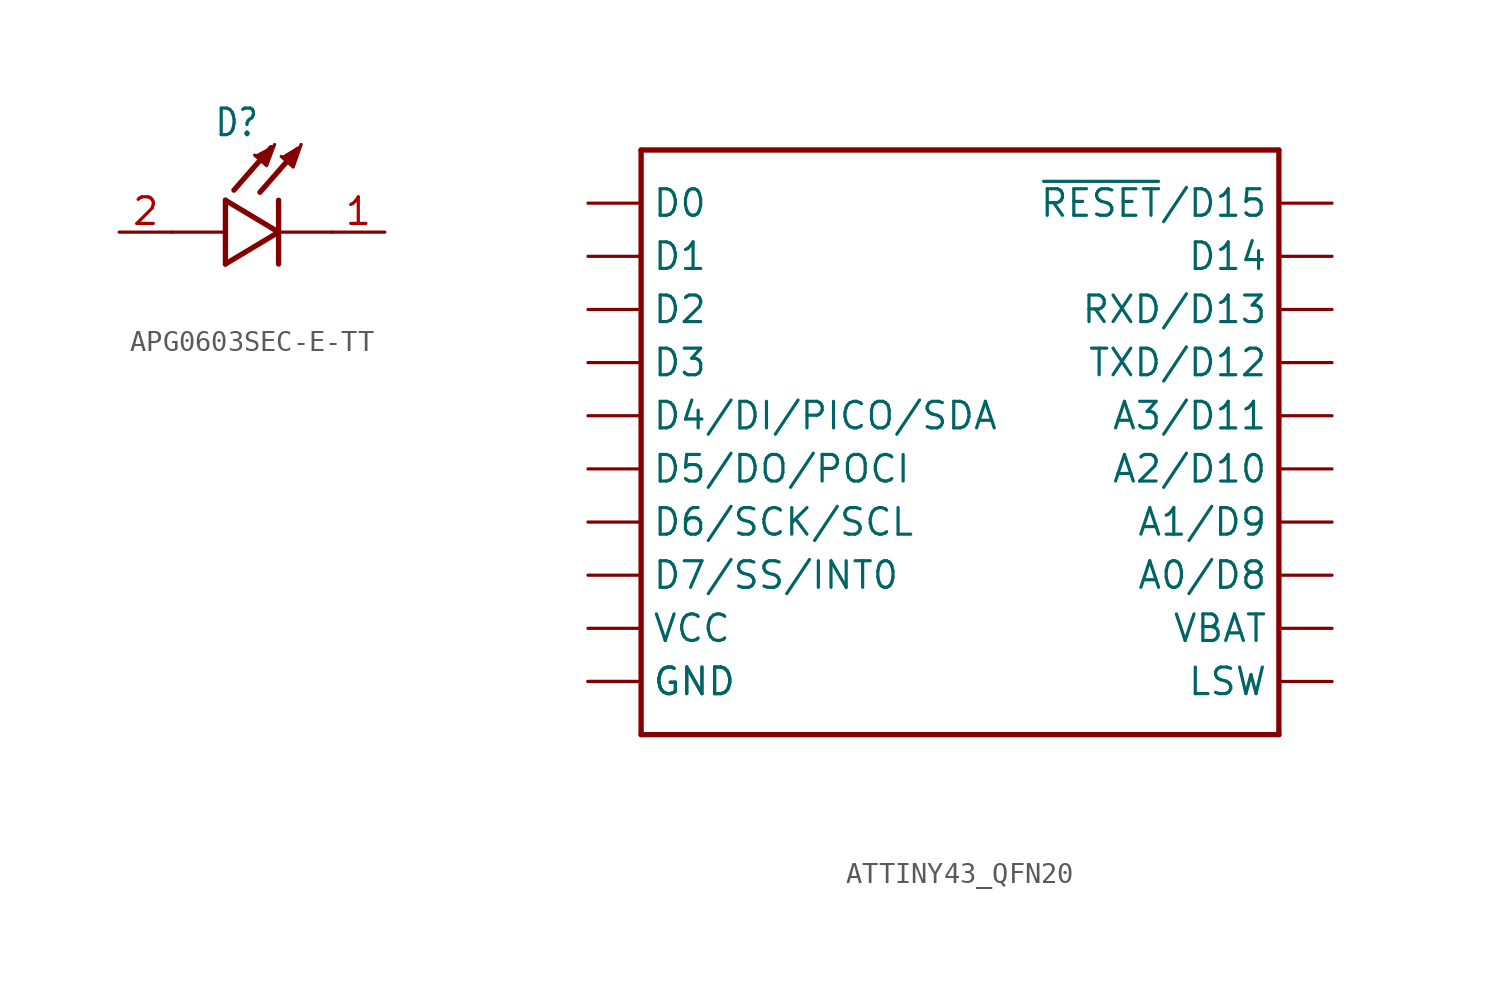
<source format=kicad_sym>
(kicad_symbol_lib
  (version 20231120)
  (generator "kicad_symbol_editor")
  (generator_version "8.0")
  (symbol "APG0603SEC-E-TT"
    (property "Reference" "D"
      (at -3.099 4.496 0)
      (effects (font (size 1.27 1.079)) (justify left bottom)))
    (property "Value" ""
      (at -3.556 -3.302 0)
      (effects (font (size 1.27 1.079)) (justify left bottom)))
    (property "ki_locked" ""
      (at 0 0 0)
      (effects (font (size 1.27 1.27))))
    (symbol "APG0603SEC-E-TT_1_0"
      (polyline (pts (xy -2.54 -1.524) (xy 0 0)) (stroke (width 0.254) (type solid)) (fill (type none)))
      (polyline (pts (xy -2.54 0) (xy -5.08 0)) (stroke (width 0.152) (type solid)) (fill (type none)))
      (polyline (pts (xy -2.54 0) (xy -2.54 -1.524)) (stroke (width 0.254) (type solid)) (fill (type none)))
      (polyline (pts (xy -2.54 1.524) (xy -2.54 0)) (stroke (width 0.254) (type solid)) (fill (type none)))
      (polyline (pts (xy -0.356 4.039) (xy -2.134 2.007)) (stroke (width 0.254) (type solid)) (fill (type none)))
      (polyline (pts (xy 0 0) (xy -2.54 1.524)) (stroke (width 0.254) (type solid)) (fill (type none)))
      (polyline (pts (xy 0 0) (xy 0 -1.524)) (stroke (width 0.254) (type solid)) (fill (type none)))
      (polyline (pts (xy 0 1.524) (xy 0 0)) (stroke (width 0.254) (type solid)) (fill (type none)))
      (polyline (pts (xy 0.889 3.937) (xy -0.889 1.905)) (stroke (width 0.254) (type solid)) (fill (type none)))
      (polyline (pts (xy 2.54 0) (xy 0 0)) (stroke (width 0.152) (type solid)) (fill (type none)))
      (polyline (pts (xy 0.127 3.619) (xy 0.699 3.111) (xy 1.079 4.191)) (stroke (width 0.152) (type solid)) (fill (type outline)))
      (polyline (pts (xy -1.143 3.683) (xy -0.572 3.175) (xy -0.191 4.191) (xy -0.191 4.191)) (stroke (width 0.152) (type solid)) (fill (type outline)))
      (pin passive line (at 5.08 0 180) (length 2.54) (name "C" (effects (font (size 0 0)))) (number "1" (effects (font (size 1.27 1.27)))))
      (pin passive line (at -7.62 0 0) (length 2.54) (name "A" (effects (font (size 0 0)))) (number "2" (effects (font (size 1.27 1.27)))))))
  (symbol "ATTINY43_QFN20"
    (property "Reference" ""
      (at -15.24 12.7 0)
      (effects (font (size 1.778 1.511)) (justify left bottom) (hide yes)))
    (property "Value" ""
      (at -15.24 -17.78 0)
      (effects (font (size 1.778 1.511)) (justify left bottom)))
    (property "ki_locked" ""
      (at 0 0 0)
      (effects (font (size 1.27 1.27))))
    (symbol "ATTINY43_QFN20_1_0"
      (polyline (pts (xy -15.24 -15.24) (xy 15.24 -15.24)) (stroke (width 0.254) (type solid)) (fill (type none)))
      (polyline (pts (xy -15.24 12.7) (xy -15.24 -15.24)) (stroke (width 0.254) (type solid)) (fill (type none)))
      (polyline (pts (xy 15.24 -15.24) (xy 15.24 12.7)) (stroke (width 0.254) (type solid)) (fill (type none)))
      (polyline (pts (xy 15.24 12.7) (xy -15.24 12.7)) (stroke (width 0.254) (type solid)) (fill (type none)))
      (pin bidirectional line (at -17.78 5.08 0) (length 2.54) (name "D2" (effects (font (size 1.27 1.27)))) (number "1" (effects (font (size 0 0)))))
      (pin power_in line (at 17.78 -10.16 180) (length 2.54) (name "VBAT" (effects (font (size 1.27 1.27)))) (number "10" (effects (font (size 0 0)))))
      (pin bidirectional line (at 17.78 -7.62 180) (length 2.54) (name "A0/D8" (effects (font (size 1.27 1.27)))) (number "11" (effects (font (size 0 0)))))
      (pin bidirectional line (at 17.78 -5.08 180) (length 2.54) (name "A1/D9" (effects (font (size 1.27 1.27)))) (number "12" (effects (font (size 0 0)))))
      (pin bidirectional line (at 17.78 -2.54 180) (length 2.54) (name "A2/D10" (effects (font (size 1.27 1.27)))) (number "13" (effects (font (size 0 0)))))
      (pin bidirectional line (at 17.78 0 180) (length 2.54) (name "A3/D11" (effects (font (size 1.27 1.27)))) (number "14" (effects (font (size 0 0)))))
      (pin bidirectional line (at 17.78 2.54 180) (length 2.54) (name "TXD/D12" (effects (font (size 1.27 1.27)))) (number "15" (effects (font (size 0 0)))))
      (pin bidirectional line (at 17.78 5.08 180) (length 2.54) (name "RXD/D13" (effects (font (size 1.27 1.27)))) (number "16" (effects (font (size 0 0)))))
      (pin bidirectional line (at 17.78 7.62 180) (length 2.54) (name "D14" (effects (font (size 1.27 1.27)))) (number "17" (effects (font (size 0 0)))))
      (pin bidirectional line (at 17.78 10.16 180) (length 2.54) (name "~{RESET}/D15" (effects (font (size 1.27 1.27)))) (number "18" (effects (font (size 0 0)))))
      (pin bidirectional line (at -17.78 10.16 0) (length 2.54) (name "D0" (effects (font (size 1.27 1.27)))) (number "19" (effects (font (size 0 0)))))
      (pin bidirectional line (at -17.78 2.54 0) (length 2.54) (name "D3" (effects (font (size 1.27 1.27)))) (number "2" (effects (font (size 0 0)))))
      (pin bidirectional line (at -17.78 7.62 0) (length 2.54) (name "D1" (effects (font (size 1.27 1.27)))) (number "20" (effects (font (size 0 0)))))
      (pin bidirectional line (at -17.78 0 0) (length 2.54) (name "D4/DI/PICO/SDA" (effects (font (size 1.27 1.27)))) (number "3" (effects (font (size 0 0)))))
      (pin bidirectional line (at -17.78 -2.54 0) (length 2.54) (name "D5/DO/POCI" (effects (font (size 1.27 1.27)))) (number "4" (effects (font (size 0 0)))))
      (pin bidirectional line (at -17.78 -5.08 0) (length 2.54) (name "D6/SCK/SCL" (effects (font (size 1.27 1.27)))) (number "5" (effects (font (size 0 0)))))
      (pin bidirectional line (at -17.78 -7.62 0) (length 2.54) (name "D7/SS/INT0" (effects (font (size 1.27 1.27)))) (number "6" (effects (font (size 0 0)))))
      (pin power_in line (at -17.78 -10.16 0) (length 2.54) (name "VCC" (effects (font (size 1.27 1.27)))) (number "7" (effects (font (size 0 0)))))
      (pin power_in line (at -17.78 -12.7 0) (length 2.54) (name "GND" (effects (font (size 1.27 1.27)))) (number "8" (effects (font (size 0 0)))))
      (pin power_in line (at 17.78 -12.7 180) (length 2.54) (name "LSW" (effects (font (size 1.27 1.27)))) (number "9" (effects (font (size 0 0)))))
      (pin power_in line (at -17.78 -12.7 0) (length 2.54) (name "GND" (effects (font (size 1.27 1.27)))) (number "PAD" (effects (font (size 0 0))))))))
</source>
